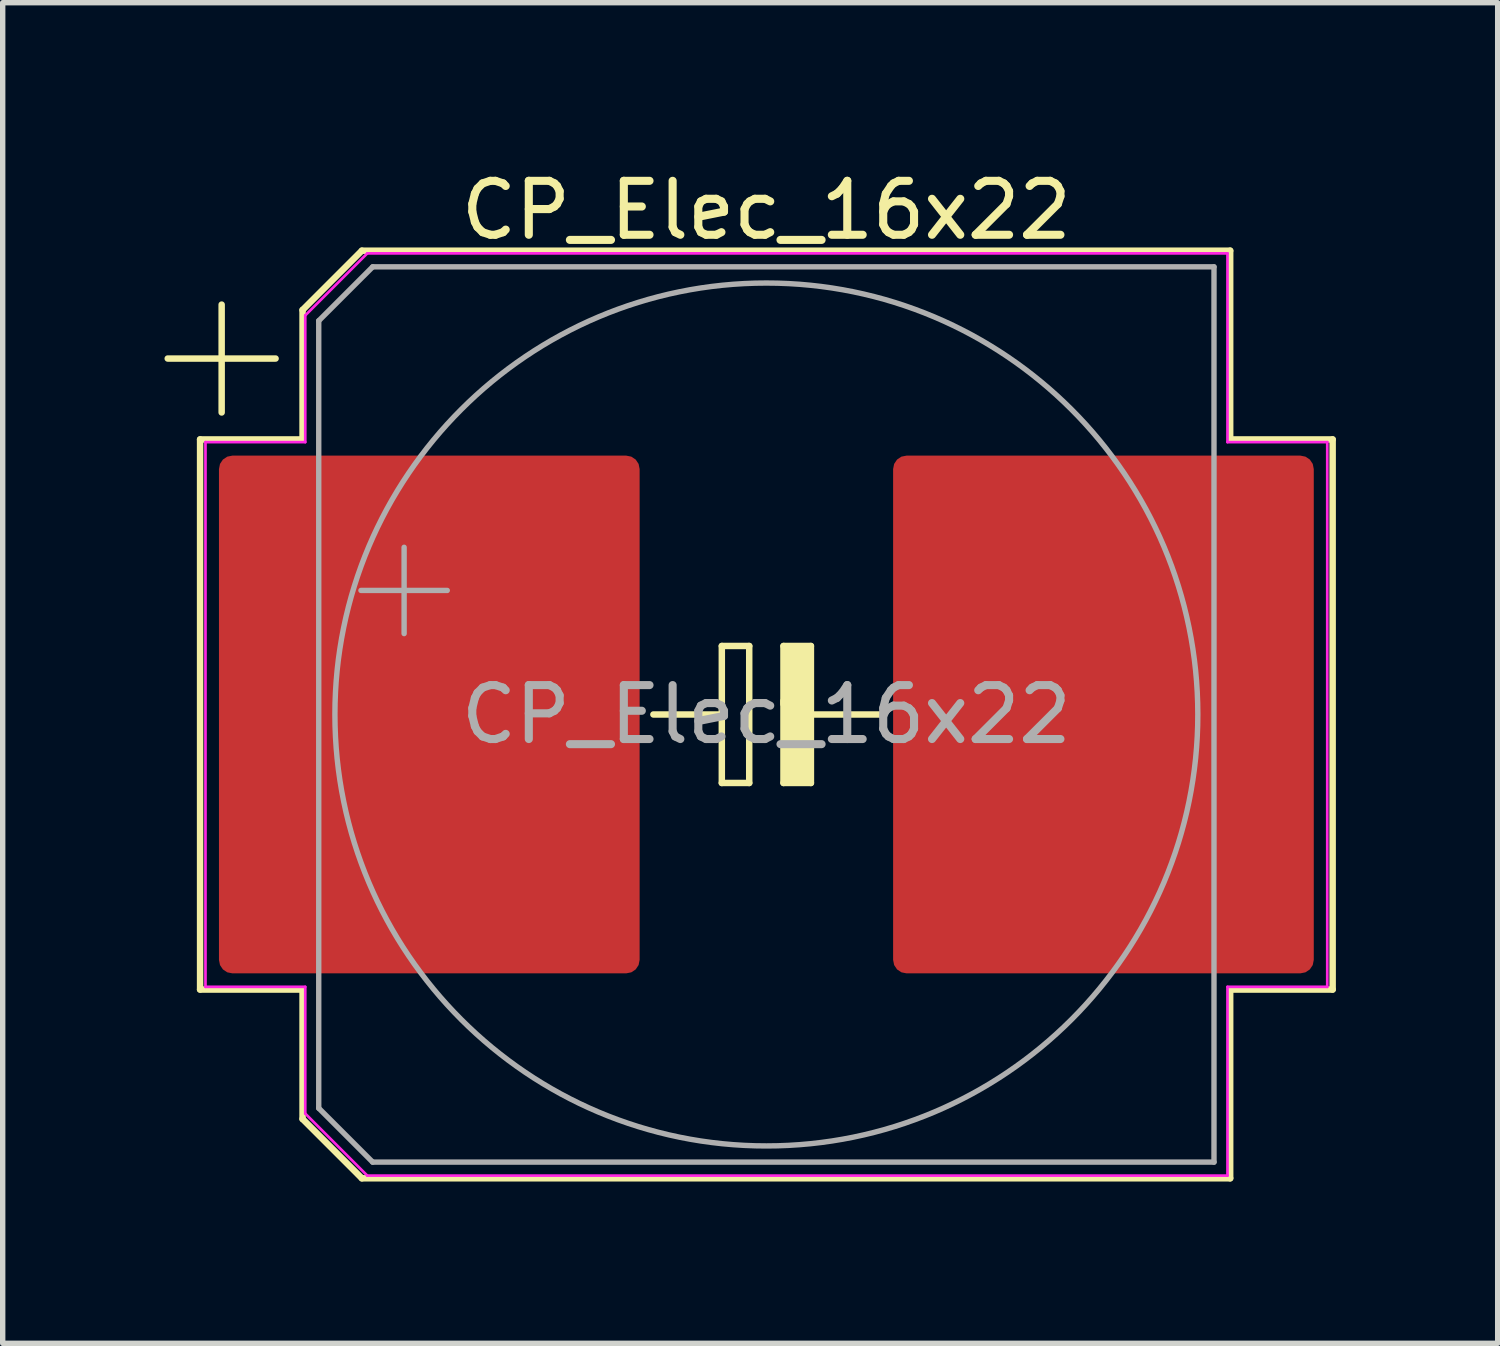
<source format=kicad_pcb>
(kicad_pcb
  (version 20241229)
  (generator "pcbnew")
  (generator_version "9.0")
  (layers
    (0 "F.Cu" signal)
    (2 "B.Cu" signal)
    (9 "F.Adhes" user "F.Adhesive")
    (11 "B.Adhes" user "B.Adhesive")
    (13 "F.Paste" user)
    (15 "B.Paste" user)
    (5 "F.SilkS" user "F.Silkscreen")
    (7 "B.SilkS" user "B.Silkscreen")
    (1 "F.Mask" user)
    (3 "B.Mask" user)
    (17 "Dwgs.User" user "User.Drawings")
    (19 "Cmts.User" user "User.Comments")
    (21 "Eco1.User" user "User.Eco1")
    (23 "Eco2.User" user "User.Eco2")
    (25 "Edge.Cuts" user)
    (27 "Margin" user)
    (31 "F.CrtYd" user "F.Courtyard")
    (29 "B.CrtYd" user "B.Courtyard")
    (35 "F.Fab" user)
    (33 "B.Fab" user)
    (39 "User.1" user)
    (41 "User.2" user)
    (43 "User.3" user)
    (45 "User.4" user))
  (footprint "CP_Elec_16x22"
    (layer "F.Cu")
    (at 11.16 10.198)
    (property "Reference" "CP_Elec_16x22" (at 0 -9.35 0) (layer "F.SilkS") (effects (font (size 1 1) (thickness 0.15))))
    (attr smd)
    (fp_line (start -11.1 -6.6) (end -9.1 -6.6) (stroke (width 0.12) (type solid)) (layer "F.SilkS"))
    (fp_line (start -10.5 -5.1) (end -10.5 5.1) (stroke (width 0.12) (type solid)) (layer "F.SilkS"))
    (fp_line (start -10.5 5.1) (end -8.6 5.1) (stroke (width 0.12) (type solid)) (layer "F.SilkS"))
    (fp_line (start -10.1 -7.6) (end -10.1 -5.6) (stroke (width 0.12) (type solid)) (layer "F.SilkS"))
    (fp_line (start -8.6 -7.5) (end -8.6 -5.1) (stroke (width 0.12) (type solid)) (layer "F.SilkS"))
    (fp_line (start -8.6 -5.1) (end -10.5 -5.1) (stroke (width 0.12) (type solid)) (layer "F.SilkS"))
    (fp_line (start -8.6 5.1) (end -8.6 7.5) (stroke (width 0.12) (type solid)) (layer "F.SilkS"))
    (fp_line (start -8.6 7.5) (end -7.5 8.6) (stroke (width 0.12) (type solid)) (layer "F.SilkS"))
    (fp_line (start -7.5 -8.6) (end -8.6 -7.5) (stroke (width 0.12) (type solid)) (layer "F.SilkS"))
    (fp_line (start -7.5 8.6) (end 8.6 8.6) (stroke (width 0.12) (type solid)) (layer "F.SilkS"))
    (fp_line (start -2.095 0) (end -0.826 0) (stroke (width 0.12) (type solid)) (layer "F.SilkS"))
    (fp_line (start -0.826 1.27) (end -0.826 -1.27) (stroke (width 0.12) (type solid)) (layer "F.SilkS"))
    (fp_line (start -0.318 -1.27) (end -0.826 -1.27) (stroke (width 0.12) (type solid)) (layer "F.SilkS"))
    (fp_line (start -0.318 -1.27) (end -0.318 1.27) (stroke (width 0.12) (type solid)) (layer "F.SilkS"))
    (fp_line (start -0.318 1.27) (end -0.826 1.27) (stroke (width 0.12) (type solid)) (layer "F.SilkS"))
    (fp_line (start 0.318 -1.27) (end 0.318 -0.191) (stroke (width 0.12) (type solid)) (layer "F.SilkS"))
    (fp_line (start 0.318 -0.254) (end 0.318 1.27) (stroke (width 0.12) (type solid)) (layer "F.SilkS"))
    (fp_line (start 0.318 1.27) (end 0.826 1.27) (stroke (width 0.12) (type solid)) (layer "F.SilkS"))
    (fp_line (start 0.826 -1.27) (end 0.318 -1.27) (stroke (width 0.12) (type solid)) (layer "F.SilkS"))
    (fp_line (start 0.826 0) (end 2.095 0) (stroke (width 0.12) (type solid)) (layer "F.SilkS"))
    (fp_line (start 0.826 1.27) (end 0.826 -1.27) (stroke (width 0.12) (type solid)) (layer "F.SilkS"))
    (fp_line (start 8.6 -8.6) (end -7.5 -8.6) (stroke (width 0.12) (type solid)) (layer "F.SilkS"))
    (fp_line (start 8.6 -5.1) (end 8.6 -8.6) (stroke (width 0.12) (type solid)) (layer "F.SilkS"))
    (fp_line (start 8.6 5.1) (end 10.5 5.1) (stroke (width 0.12) (type solid)) (layer "F.SilkS"))
    (fp_line (start 8.6 8.6) (end 8.6 5.1) (stroke (width 0.12) (type solid)) (layer "F.SilkS"))
    (fp_line (start 10.5 -5.1) (end 8.6 -5.1) (stroke (width 0.12) (type solid)) (layer "F.SilkS"))
    (fp_line (start 10.5 5.1) (end 10.5 -5.1) (stroke (width 0.12) (type solid)) (layer "F.SilkS"))
    (fp_poly (pts (xy 0.826 1.27) (xy 0.318 1.27) (xy 0.318 -1.27) (xy 0.826 -1.27)) (stroke (width 0.1) (type solid)) (fill yes) (layer "F.SilkS"))
    (fp_line (start -10.4 -5.05) (end -10.4 5.05) (stroke (width 0.05) (type solid)) (layer "F.CrtYd"))
    (fp_line (start -10.4 5.05) (end -8.55 5.05) (stroke (width 0.05) (type solid)) (layer "F.CrtYd"))
    (fp_line (start -8.55 -7.4) (end -8.55 -5.05) (stroke (width 0.05) (type solid)) (layer "F.CrtYd"))
    (fp_line (start -8.55 -7.4) (end -7.4 -8.55) (stroke (width 0.05) (type solid)) (layer "F.CrtYd"))
    (fp_line (start -8.55 -5.05) (end -10.4 -5.05) (stroke (width 0.05) (type solid)) (layer "F.CrtYd"))
    (fp_line (start -8.55 5.05) (end -8.55 7.4) (stroke (width 0.05) (type solid)) (layer "F.CrtYd"))
    (fp_line (start -8.55 7.4) (end -7.4 8.55) (stroke (width 0.05) (type solid)) (layer "F.CrtYd"))
    (fp_line (start -7.4 -8.55) (end 8.55 -8.55) (stroke (width 0.05) (type solid)) (layer "F.CrtYd"))
    (fp_line (start -7.4 8.55) (end 8.55 8.55) (stroke (width 0.05) (type solid)) (layer "F.CrtYd"))
    (fp_line (start 8.55 -8.55) (end 8.55 -5.05) (stroke (width 0.05) (type solid)) (layer "F.CrtYd"))
    (fp_line (start 8.55 -5.05) (end 10.4 -5.05) (stroke (width 0.05) (type solid)) (layer "F.CrtYd"))
    (fp_line (start 8.55 5.05) (end 8.55 8.55) (stroke (width 0.05) (type solid)) (layer "F.CrtYd"))
    (fp_line (start 10.4 -5.05) (end 10.4 5.05) (stroke (width 0.05) (type solid)) (layer "F.CrtYd"))
    (fp_line (start 10.4 5.05) (end 8.55 5.05) (stroke (width 0.05) (type solid)) (layer "F.CrtYd"))
    (fp_line (start -8.3 -7.3) (end -8.3 7.3) (stroke (width 0.1) (type solid)) (layer "F.Fab"))
    (fp_line (start -8.3 -7.3) (end -7.3 -8.3) (stroke (width 0.1) (type solid)) (layer "F.Fab"))
    (fp_line (start -8.3 7.3) (end -7.3 8.3) (stroke (width 0.1) (type solid)) (layer "F.Fab"))
    (fp_line (start -7.517 -2.3) (end -5.917 -2.3) (stroke (width 0.1) (type solid)) (layer "F.Fab"))
    (fp_line (start -7.3 -8.3) (end 8.3 -8.3) (stroke (width 0.1) (type solid)) (layer "F.Fab"))
    (fp_line (start -7.3 8.3) (end 8.3 8.3) (stroke (width 0.1) (type solid)) (layer "F.Fab"))
    (fp_line (start -6.717 -3.1) (end -6.717 -1.5) (stroke (width 0.1) (type solid)) (layer "F.Fab"))
    (fp_line (start 8.3 -8.3) (end 8.3 8.3) (stroke (width 0.1) (type solid)) (layer "F.Fab"))
    (fp_circle (center 0 0) (end 8 0) (stroke (width 0.1) (type solid)) (fill no) (layer "F.Fab"))
    (fp_text user "${REFERENCE}" (at 0 0 0) (layer "F.Fab") (effects (font (size 1 1) (thickness 0.15))))
    (pad "1" smd roundrect (at -6.25 0) (size 7.8 9.6) (layers "F.Cu" "F.Mask" "F.Paste") (roundrect_rratio 0.032))
    (pad "2" smd roundrect (at 6.25 0) (size 7.8 9.6) (layers "F.Cu" "F.Mask" "F.Paste") (roundrect_rratio 0.032)))
  (gr_rect
    (start -3 -3)
    (end 24.72 21.858)
    (stroke (width 0.1) (type default))
    (fill no)
    (layer "Edge.Cuts")))
</source>
